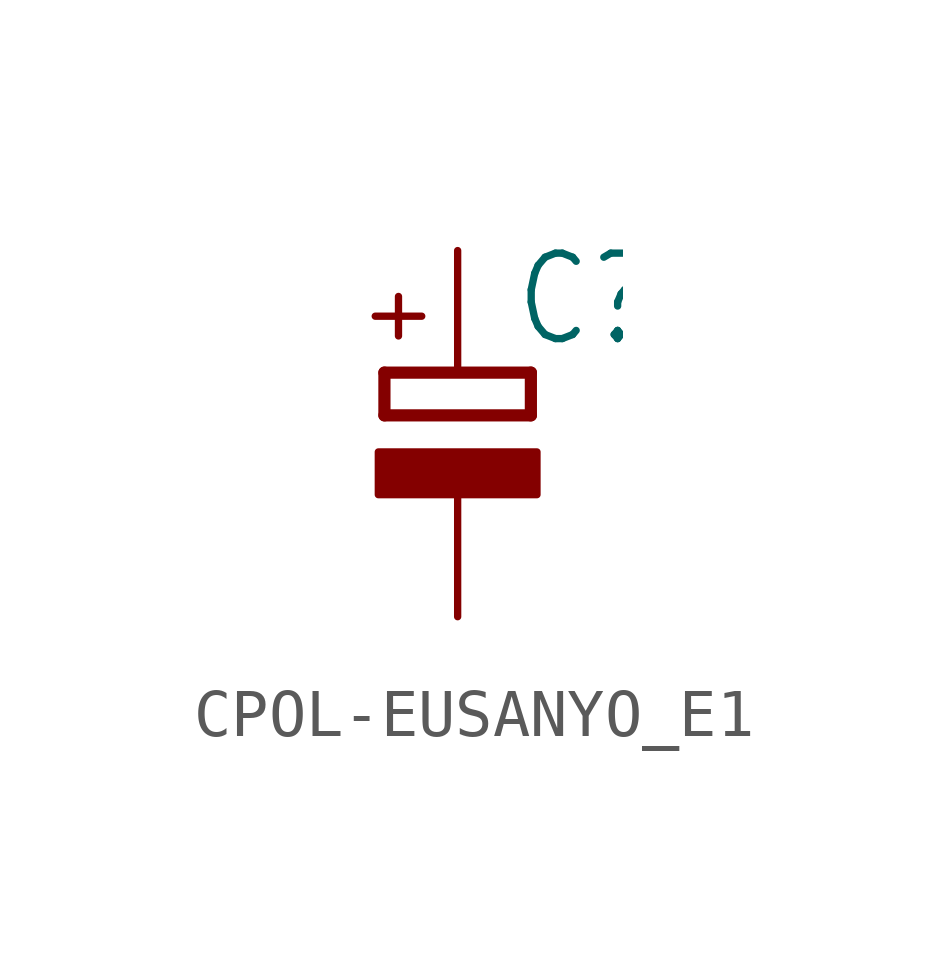
<source format=kicad_sym>
(kicad_symbol_lib
  (version 20241209)
  (generator "kicad_symbol_editor")
  (generator_version "9.0")
  (symbol "CPOL-EUSANYO_E1"
    (property "Reference" "C"
      (at 1.143 0.483 0)
      (effects (font (size 1.778 1.511)) (justify left bottom)))
    (property "Value" ""
      (at 1.143 -4.597 0)
      (effects (font (size 1.778 1.511)) (justify left bottom)))
    (property "ki_locked" ""
      (at 0 0 0)
      (effects (font (size 1.27 1.27))))
    (symbol "CPOL-EUSANYO_E1_1_0"
      (rectangle (start -1.651 -2.54) (end 1.651 -1.651) (stroke (width 0) (type default)) (fill (type outline)))
      (polyline (pts (xy -1.524 0) (xy -1.524 -0.889)) (stroke (width 0.254) (type solid)) (fill (type none)))
      (polyline (pts (xy -1.524 0) (xy 1.524 0)) (stroke (width 0.254) (type solid)) (fill (type none)))
      (polyline (pts (xy -1.524 -0.889) (xy 1.524 -0.889)) (stroke (width 0.254) (type solid)) (fill (type none)))
      (polyline (pts (xy 1.524 -0.889) (xy 1.524 0)) (stroke (width 0.254) (type solid)) (fill (type none)))
      (text "+" (at -0.584 0.406 900) (effects (font (size 1.27 1.079)) (justify left bottom)))
      (pin passive line (at 0 2.54 270) (length 2.54) (name "+" (effects (font (size 0 0)))) (number "+" (effects (font (size 0 0)))))
      (pin passive line (at 0 -5.08 90) (length 2.54) (name "-" (effects (font (size 0 0)))) (number "-" (effects (font (size 0 0))))))))
</source>
